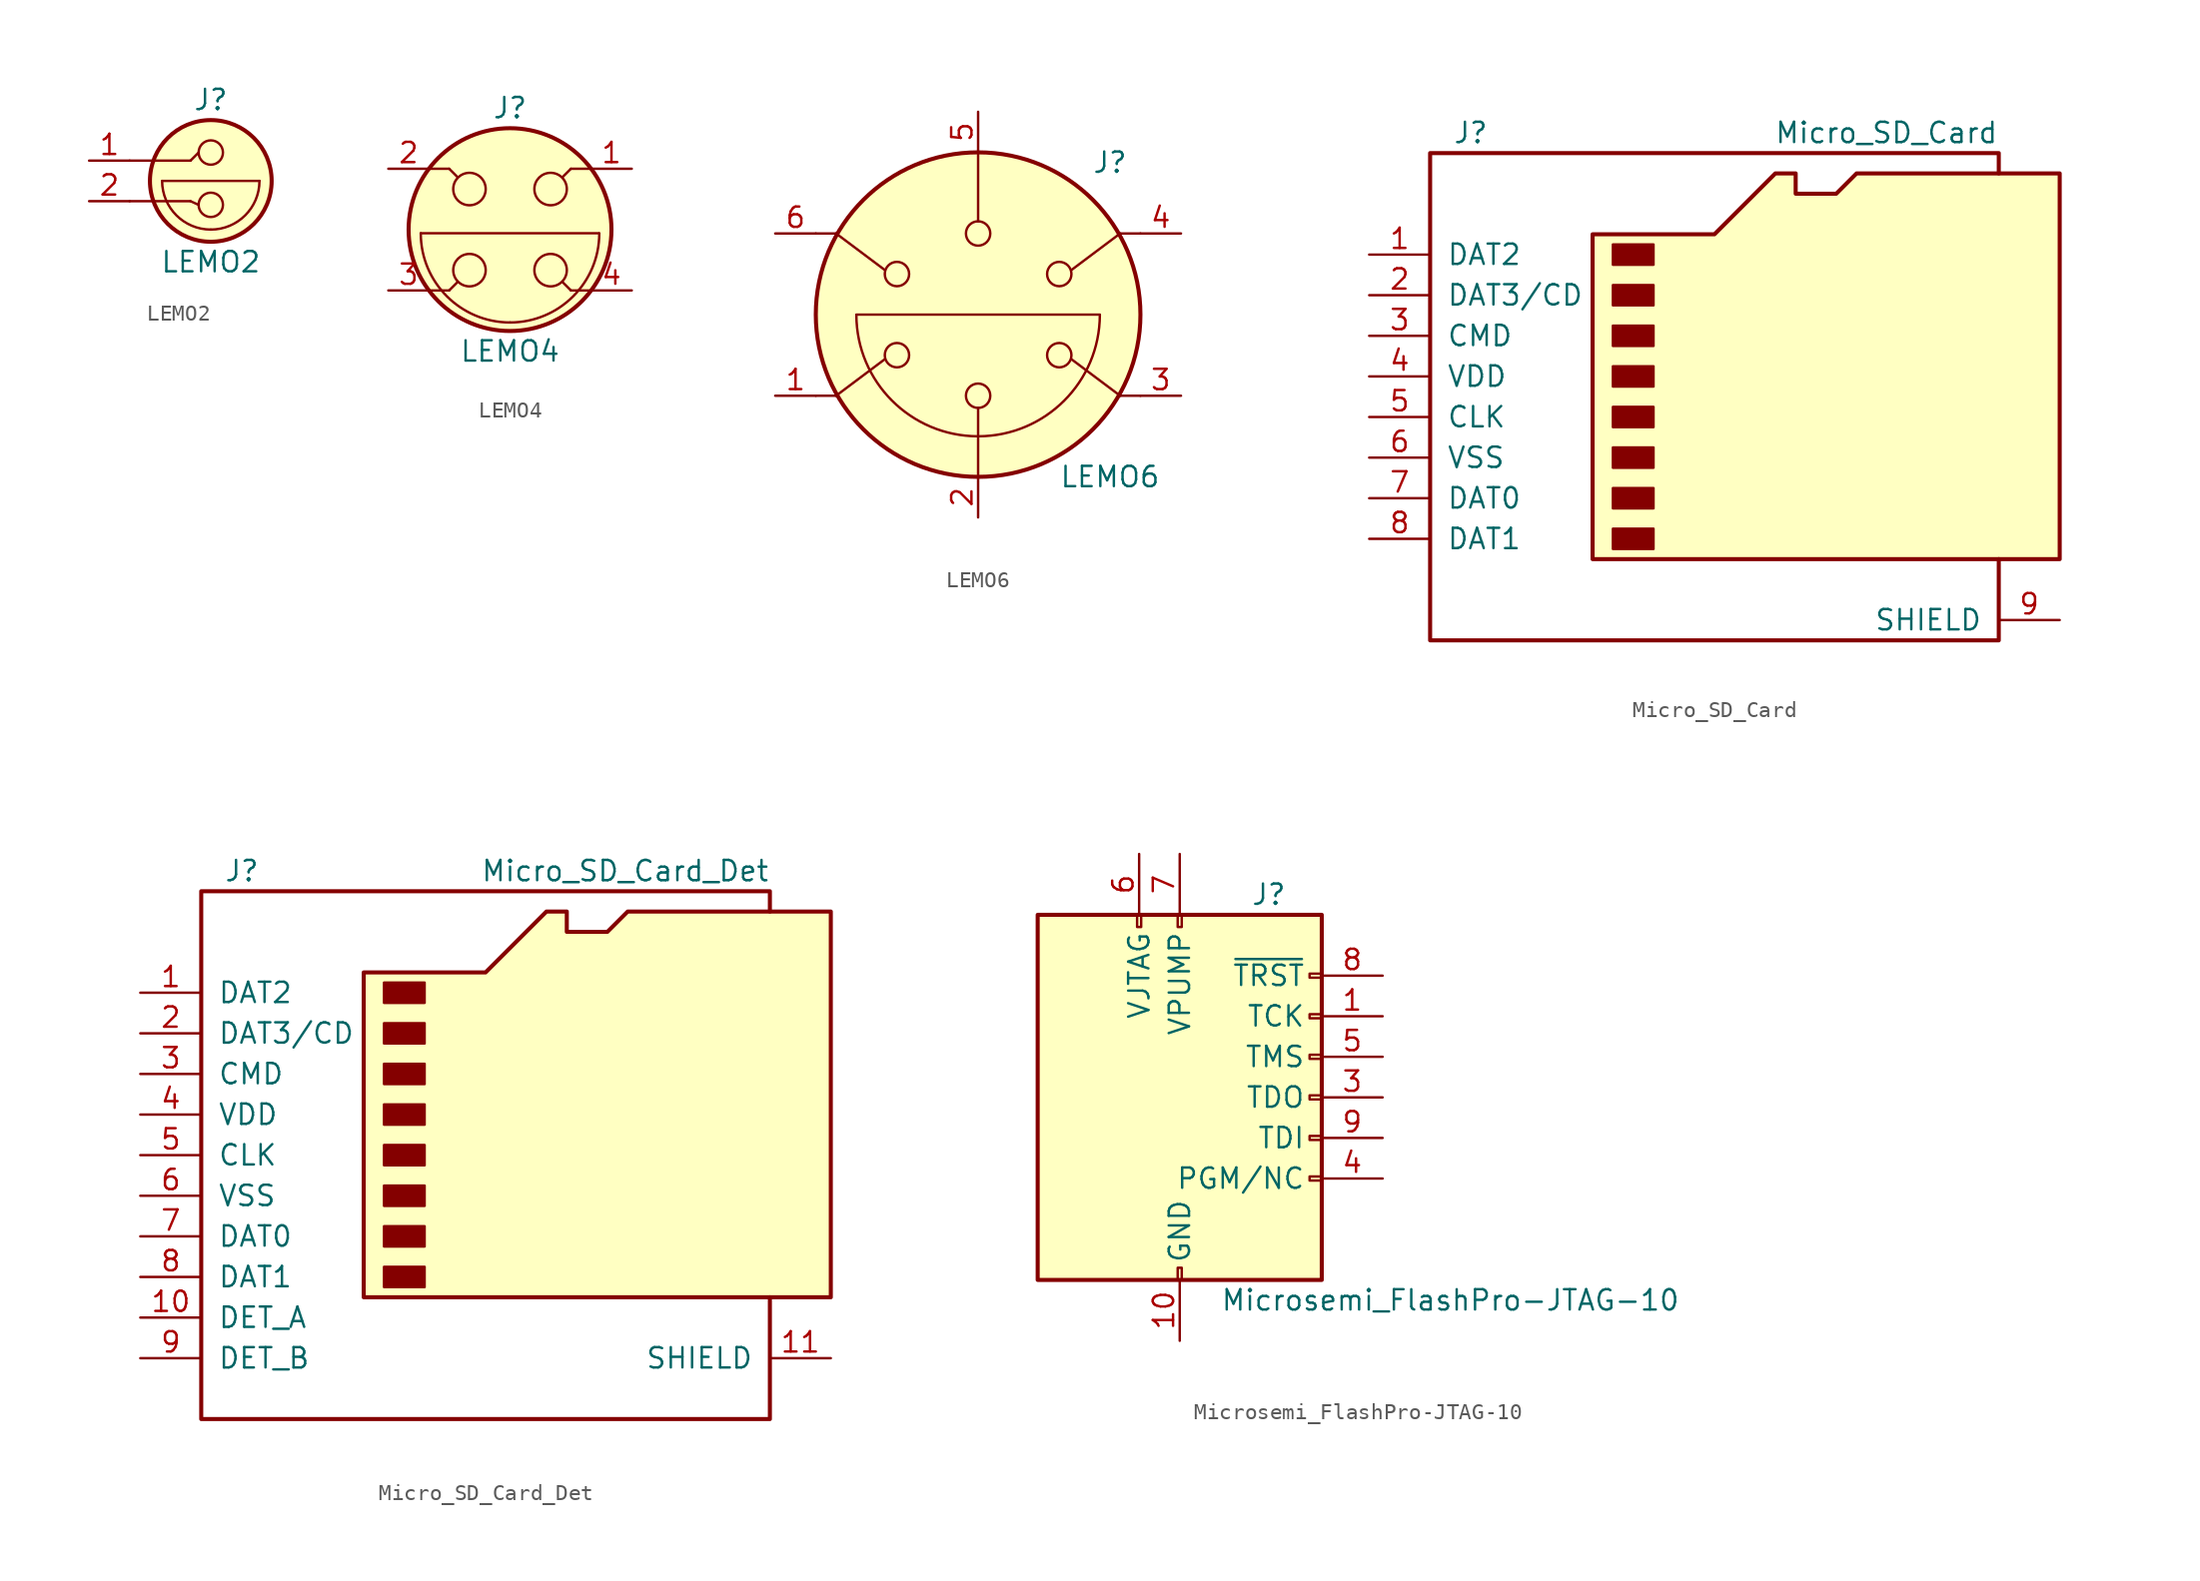
<source format=kicad_sym>
(kicad_symbol_lib
  (version 20201005)
  (generator kicad_symbol_editor)
  (symbol "Connector:LEMO2"
    (pin_names
      (offset 1.016) hide)
    (property "Reference" "J"
      (at 0 6.35 0)
      (effects (font (size 1.27 1.27))))
    (property "Value" "LEMO2"
      (at 0 -3.81 0)
      (effects (font (size 1.27 1.27))))
    (symbol "LEMO2_0_1"
      (arc (start -3.048 1.27) (end 0 -1.778) (radius (at 0 1.27) (length 3.048) (angles 179.9 -89.9)) (stroke (width 0)) (fill (type none)))
      (arc (start 3.048 1.27) (end 0 -1.778) (radius (at 0 1.27) (length 3.048) (angles -0.1 -89.9)) (stroke (width 0)) (fill (type none)))
      (circle (center 0 -0.229) (radius 0.762) (stroke (width 0)) (fill (type none)))
      (circle (center 0 1.27) (radius 3.81) (stroke (width 0.254)) (fill (type background)))
      (circle (center 0 3.048) (radius 0.762) (stroke (width 0)) (fill (type none)))
      (polyline (pts (xy -5.08 0) (xy -1.27 0)) (stroke (width 0)) (fill (type none)))
      (polyline (pts (xy -5.08 2.54) (xy -1.27 2.54)) (stroke (width 0)) (fill (type none)))
      (polyline (pts (xy -3.048 1.27) (xy 3.048 1.27)) (stroke (width 0)) (fill (type none)))
      (polyline (pts (xy -1.27 2.54) (xy -0.762 3.048)) (stroke (width 0)) (fill (type none)))
      (polyline (pts (xy -0.762 -0.229) (xy -1.27 0)) (stroke (width 0)) (fill (type none))))
    (symbol "LEMO2_1_1"
      (pin passive line (at -7.62 2.54 0) (length 2.54) (name "~" (effects (font (size 1.27 1.27)))) (number "1" (effects (font (size 1.27 1.27)))))
      (pin passive line (at -7.62 0 0) (length 2.54) (name "~" (effects (font (size 1.27 1.27)))) (number "2" (effects (font (size 1.27 1.27)))))))
  (symbol "Connector:LEMO4"
    (pin_names
      (offset 1.016) hide)
    (property "Reference" "J"
      (at 0 7.62 0)
      (effects (font (size 1.27 1.27))))
    (property "Value" "LEMO4"
      (at 0 -7.62 0)
      (effects (font (size 1.27 1.27))))
    (symbol "LEMO4_0_1"
      (arc (start -5.588 -0.2286) (end 0 -5.8166) (radius (at 0 -0.2286) (length 5.588) (angles 179.9 -89.9)) (stroke (width 0)) (fill (type none)))
      (arc (start 0 -5.8166) (end 5.588 -0.2286) (radius (at 0 -0.2286) (length 5.588) (angles -90.1 0.1)) (stroke (width 0)) (fill (type none)))
      (circle (center -2.54 -2.54) (radius 1.016) (stroke (width 0)) (fill (type none)))
      (circle (center -2.54 2.54) (radius 1.016) (stroke (width 0)) (fill (type none)))
      (circle (center 0 0) (radius 6.35) (stroke (width 0.254)) (fill (type background)))
      (circle (center 2.54 -2.54) (radius 1.016) (stroke (width 0)) (fill (type none)))
      (circle (center 2.54 2.54) (radius 1.016) (stroke (width 0)) (fill (type none)))
      (polyline (pts (xy -5.588 -0.229) (xy 5.563 -0.229)) (stroke (width 0)) (fill (type none)))
      (polyline (pts (xy -5.08 -3.81) (xy -3.81 -3.81)) (stroke (width 0)) (fill (type none)))
      (polyline (pts (xy -3.81 -3.81) (xy -3.302 -3.302)) (stroke (width 0)) (fill (type none)))
      (polyline (pts (xy -3.81 3.81) (xy -5.08 3.81)) (stroke (width 0)) (fill (type none)))
      (polyline (pts (xy -3.81 3.81) (xy -3.302 3.302)) (stroke (width 0)) (fill (type none)))
      (polyline (pts (xy 3.81 -3.81) (xy 3.302 -3.302)) (stroke (width 0)) (fill (type none)))
      (polyline (pts (xy 3.81 3.81) (xy 3.302 3.302)) (stroke (width 0)) (fill (type none)))
      (polyline (pts (xy 5.08 -3.81) (xy 3.81 -3.81)) (stroke (width 0)) (fill (type none)))
      (polyline (pts (xy 5.08 3.81) (xy 3.81 3.81)) (stroke (width 0)) (fill (type none))))
    (symbol "LEMO4_1_1"
      (pin passive line (at 7.62 3.81 180) (length 2.54) (name "~" (effects (font (size 1.27 1.27)))) (number "1" (effects (font (size 1.27 1.27)))))
      (pin passive line (at -7.62 3.81 0) (length 2.54) (name "~" (effects (font (size 1.27 1.27)))) (number "2" (effects (font (size 1.27 1.27)))))
      (pin passive line (at -7.62 -3.81 0) (length 2.54) (name "~" (effects (font (size 1.27 1.27)))) (number "3" (effects (font (size 1.27 1.27)))))
      (pin passive line (at 7.62 -3.81 180) (length 2.54) (name "~" (effects (font (size 1.27 1.27)))) (number "4" (effects (font (size 1.27 1.27)))))))
  (symbol "Connector:LEMO6"
    (pin_names
      (offset 1.016) hide)
    (property "Reference" "J"
      (at 8.255 9.525 0)
      (effects (font (size 1.27 1.27))))
    (property "Value" "LEMO6"
      (at 8.255 -10.16 0)
      (effects (font (size 1.27 1.27))))
    (symbol "LEMO6_0_1"
      (arc (start -0.0254 -7.62) (end -7.62 -0.0254) (radius (at 0 0) (length 7.62) (angles -90.1 -179.9)) (stroke (width 0)) (fill (type none)))
      (arc (start 7.62 -0.0254) (end 0.0254 -7.62) (radius (at 0 0) (length 7.62) (angles -0.1 -89.9)) (stroke (width 0)) (fill (type none)))
      (circle (center -5.08 -2.54) (radius 0.762) (stroke (width 0)) (fill (type none)))
      (circle (center -5.08 2.54) (radius 0.762) (stroke (width 0)) (fill (type none)))
      (circle (center 0 -5.08) (radius 0.762) (stroke (width 0)) (fill (type none)))
      (circle (center 0 0) (radius 10.16) (stroke (width 0.254)) (fill (type background)))
      (circle (center 0 5.08) (radius 0.762) (stroke (width 0)) (fill (type none)))
      (circle (center 5.08 -2.54) (radius 0.762) (stroke (width 0)) (fill (type none)))
      (circle (center 5.08 2.54) (radius 0.762) (stroke (width 0)) (fill (type none)))
      (polyline (pts (xy -10.16 5.08) (xy -8.89 5.08)) (stroke (width 0)) (fill (type none)))
      (polyline (pts (xy -8.89 -5.08) (xy -10.16 -5.08)) (stroke (width 0)) (fill (type none)))
      (polyline (pts (xy -8.89 -5.08) (xy -5.842 -2.794)) (stroke (width 0)) (fill (type none)))
      (polyline (pts (xy -8.89 5.08) (xy -5.842 2.794)) (stroke (width 0)) (fill (type none)))
      (polyline (pts (xy -7.62 0) (xy 7.62 0)) (stroke (width 0)) (fill (type none)))
      (polyline (pts (xy 0 -10.16) (xy 0 -5.842)) (stroke (width 0)) (fill (type none)))
      (polyline (pts (xy 0 10.16) (xy 0 5.842)) (stroke (width 0)) (fill (type none)))
      (polyline (pts (xy 8.89 -5.08) (xy 5.842 -2.794)) (stroke (width 0)) (fill (type none)))
      (polyline (pts (xy 8.89 -5.08) (xy 10.16 -5.08)) (stroke (width 0)) (fill (type none)))
      (polyline (pts (xy 8.89 5.08) (xy 5.842 2.794)) (stroke (width 0)) (fill (type none)))
      (polyline (pts (xy 10.16 5.08) (xy 8.89 5.08)) (stroke (width 0)) (fill (type none))))
    (symbol "LEMO6_1_1"
      (pin passive line (at -12.7 -5.08 0) (length 2.54) (name "~" (effects (font (size 1.27 1.27)))) (number "1" (effects (font (size 1.27 1.27)))))
      (pin passive line (at 0 -12.7 90) (length 2.54) (name "~" (effects (font (size 1.27 1.27)))) (number "2" (effects (font (size 1.27 1.27)))))
      (pin passive line (at 12.7 -5.08 180) (length 2.54) (name "~" (effects (font (size 1.27 1.27)))) (number "3" (effects (font (size 1.27 1.27)))))
      (pin passive line (at 12.7 5.08 180) (length 2.54) (name "~" (effects (font (size 1.27 1.27)))) (number "4" (effects (font (size 1.27 1.27)))))
      (pin passive line (at 0 12.7 270) (length 2.54) (name "~" (effects (font (size 1.27 1.27)))) (number "5" (effects (font (size 1.27 1.27)))))
      (pin passive line (at -12.7 5.08 0) (length 2.54) (name "~" (effects (font (size 1.27 1.27)))) (number "6" (effects (font (size 1.27 1.27)))))))
  (symbol "Connector:Micro_SD_Card"
    (pin_names
      (offset 1.016))
    (property "Reference" "J"
      (at -16.51 15.24 0)
      (effects (font (size 1.27 1.27))))
    (property "Value" "Micro_SD_Card"
      (at 16.51 15.24 0)
      (effects (font (size 1.27 1.27)) (justify right)))
    (symbol "Micro_SD_Card_0_1"
      (rectangle (start -7.62 -9.525) (end -5.08 -10.795) (stroke (width 0)) (fill (type outline)))
      (rectangle (start -7.62 -6.985) (end -5.08 -8.255) (stroke (width 0)) (fill (type outline)))
      (rectangle (start -7.62 -4.445) (end -5.08 -5.715) (stroke (width 0)) (fill (type outline)))
      (rectangle (start -7.62 -1.905) (end -5.08 -3.175) (stroke (width 0)) (fill (type outline)))
      (rectangle (start -7.62 0.635) (end -5.08 -0.635) (stroke (width 0)) (fill (type outline)))
      (rectangle (start -7.62 3.175) (end -5.08 1.905) (stroke (width 0)) (fill (type outline)))
      (rectangle (start -7.62 5.715) (end -5.08 4.445) (stroke (width 0)) (fill (type outline)))
      (rectangle (start -7.62 8.255) (end -5.08 6.985) (stroke (width 0)) (fill (type outline)))
      (polyline (pts (xy 16.51 12.7) (xy 16.51 13.97) (xy -19.05 13.97) (xy -19.05 -16.51) (xy 16.51 -16.51) (xy 16.51 -11.43)) (stroke (width 0.254)) (fill (type none)))
      (polyline (pts (xy -8.89 -11.43) (xy -8.89 8.89) (xy -1.27 8.89) (xy 2.54 12.7) (xy 3.81 12.7) (xy 3.81 11.43) (xy 6.35 11.43) (xy 7.62 12.7) (xy 20.32 12.7) (xy 20.32 -11.43) (xy -8.89 -11.43)) (stroke (width 0.254)) (fill (type background))))
    (symbol "Micro_SD_Card_1_1"
      (pin bidirectional line (at -22.86 7.62 0) (length 3.81) (name "DAT2" (effects (font (size 1.27 1.27)))) (number "1" (effects (font (size 1.27 1.27)))))
      (pin bidirectional line (at -22.86 5.08 0) (length 3.81) (name "DAT3/CD" (effects (font (size 1.27 1.27)))) (number "2" (effects (font (size 1.27 1.27)))))
      (pin input line (at -22.86 2.54 0) (length 3.81) (name "CMD" (effects (font (size 1.27 1.27)))) (number "3" (effects (font (size 1.27 1.27)))))
      (pin power_in line (at -22.86 0 0) (length 3.81) (name "VDD" (effects (font (size 1.27 1.27)))) (number "4" (effects (font (size 1.27 1.27)))))
      (pin input line (at -22.86 -2.54 0) (length 3.81) (name "CLK" (effects (font (size 1.27 1.27)))) (number "5" (effects (font (size 1.27 1.27)))))
      (pin power_in line (at -22.86 -5.08 0) (length 3.81) (name "VSS" (effects (font (size 1.27 1.27)))) (number "6" (effects (font (size 1.27 1.27)))))
      (pin bidirectional line (at -22.86 -7.62 0) (length 3.81) (name "DAT0" (effects (font (size 1.27 1.27)))) (number "7" (effects (font (size 1.27 1.27)))))
      (pin bidirectional line (at -22.86 -10.16 0) (length 3.81) (name "DAT1" (effects (font (size 1.27 1.27)))) (number "8" (effects (font (size 1.27 1.27)))))
      (pin passive line (at 20.32 -15.24 180) (length 3.81) (name "SHIELD" (effects (font (size 1.27 1.27)))) (number "9" (effects (font (size 1.27 1.27)))))))
  (symbol "Connector:Micro_SD_Card_Det"
    (pin_names
      (offset 1.016))
    (property "Reference" "J"
      (at -16.51 17.78 0)
      (effects (font (size 1.27 1.27))))
    (property "Value" "Micro_SD_Card_Det"
      (at 16.51 17.78 0)
      (effects (font (size 1.27 1.27)) (justify right)))
    (symbol "Micro_SD_Card_Det_0_1"
      (rectangle (start -7.62 -6.985) (end -5.08 -8.255) (stroke (width 0)) (fill (type outline)))
      (rectangle (start -7.62 -4.445) (end -5.08 -5.715) (stroke (width 0)) (fill (type outline)))
      (rectangle (start -7.62 -1.905) (end -5.08 -3.175) (stroke (width 0)) (fill (type outline)))
      (rectangle (start -7.62 0.635) (end -5.08 -0.635) (stroke (width 0)) (fill (type outline)))
      (rectangle (start -7.62 3.175) (end -5.08 1.905) (stroke (width 0)) (fill (type outline)))
      (rectangle (start -7.62 5.715) (end -5.08 4.445) (stroke (width 0)) (fill (type outline)))
      (rectangle (start -7.62 8.255) (end -5.08 6.985) (stroke (width 0)) (fill (type outline)))
      (rectangle (start -7.62 10.795) (end -5.08 9.525) (stroke (width 0)) (fill (type outline)))
      (polyline (pts (xy 16.51 15.24) (xy 16.51 16.51) (xy -19.05 16.51) (xy -19.05 -16.51) (xy 16.51 -16.51) (xy 16.51 -8.89)) (stroke (width 0.254)) (fill (type none)))
      (polyline (pts (xy -8.89 -8.89) (xy -8.89 11.43) (xy -1.27 11.43) (xy 2.54 15.24) (xy 3.81 15.24) (xy 3.81 13.97) (xy 6.35 13.97) (xy 7.62 15.24) (xy 20.32 15.24) (xy 20.32 -8.89) (xy -8.89 -8.89)) (stroke (width 0.254)) (fill (type background))))
    (symbol "Micro_SD_Card_Det_1_1"
      (pin bidirectional line (at -22.86 10.16 0) (length 3.81) (name "DAT2" (effects (font (size 1.27 1.27)))) (number "1" (effects (font (size 1.27 1.27)))))
      (pin passive line (at -22.86 -10.16 0) (length 3.81) (name "DET_A" (effects (font (size 1.27 1.27)))) (number "10" (effects (font (size 1.27 1.27)))))
      (pin passive line (at 20.32 -12.7 180) (length 3.81) (name "SHIELD" (effects (font (size 1.27 1.27)))) (number "11" (effects (font (size 1.27 1.27)))))
      (pin bidirectional line (at -22.86 7.62 0) (length 3.81) (name "DAT3/CD" (effects (font (size 1.27 1.27)))) (number "2" (effects (font (size 1.27 1.27)))))
      (pin input line (at -22.86 5.08 0) (length 3.81) (name "CMD" (effects (font (size 1.27 1.27)))) (number "3" (effects (font (size 1.27 1.27)))))
      (pin power_in line (at -22.86 2.54 0) (length 3.81) (name "VDD" (effects (font (size 1.27 1.27)))) (number "4" (effects (font (size 1.27 1.27)))))
      (pin input line (at -22.86 0 0) (length 3.81) (name "CLK" (effects (font (size 1.27 1.27)))) (number "5" (effects (font (size 1.27 1.27)))))
      (pin power_in line (at -22.86 -2.54 0) (length 3.81) (name "VSS" (effects (font (size 1.27 1.27)))) (number "6" (effects (font (size 1.27 1.27)))))
      (pin bidirectional line (at -22.86 -5.08 0) (length 3.81) (name "DAT0" (effects (font (size 1.27 1.27)))) (number "7" (effects (font (size 1.27 1.27)))))
      (pin bidirectional line (at -22.86 -7.62 0) (length 3.81) (name "DAT1" (effects (font (size 1.27 1.27)))) (number "8" (effects (font (size 1.27 1.27)))))
      (pin passive line (at -22.86 -12.7 0) (length 3.81) (name "DET_B" (effects (font (size 1.27 1.27)))) (number "9" (effects (font (size 1.27 1.27)))))))
  (symbol "Connector:Microsemi_FlashPro-JTAG-10"
    (pin_names
      (offset 1.016))
    (property "Reference" "J"
      (at 4.445 12.7 0)
      (effects (font (size 1.27 1.27)) (justify left)))
    (property "Value" "Microsemi_FlashPro-JTAG-10"
      (at 2.54 -12.7 0)
      (effects (font (size 1.27 1.27)) (justify left)))
    (symbol "Microsemi_FlashPro-JTAG-10_0_1"
      (rectangle (start -2.667 11.43) (end -2.413 10.668) (stroke (width 0)) (fill (type none)))
      (rectangle (start -0.127 -10.668) (end 0.127 -11.43) (stroke (width 0)) (fill (type none)))
      (rectangle (start -0.127 11.43) (end 0.127 10.668) (stroke (width 0)) (fill (type none)))
      (rectangle (start 8.89 -4.953) (end 8.128 -5.207) (stroke (width 0)) (fill (type none)))
      (rectangle (start 8.89 -2.413) (end 8.128 -2.667) (stroke (width 0)) (fill (type none)))
      (rectangle (start 8.89 0.127) (end 8.128 -0.127) (stroke (width 0)) (fill (type none)))
      (rectangle (start 8.89 2.667) (end 8.128 2.413) (stroke (width 0)) (fill (type none)))
      (rectangle (start 8.89 5.207) (end 8.128 4.953) (stroke (width 0)) (fill (type none)))
      (rectangle (start 8.89 7.747) (end 8.128 7.493) (stroke (width 0)) (fill (type none)))
      (rectangle (start 8.89 11.43) (end -8.89 -11.43) (stroke (width 0.254)) (fill (type background))))
    (symbol "Microsemi_FlashPro-JTAG-10_1_1"
      (pin passive line (at 12.7 5.08 180) (length 3.81) (name "TCK" (effects (font (size 1.27 1.27)))) (number "1" (effects (font (size 1.27 1.27)))))
      (pin power_in line (at 0 -15.24 90) (length 3.81) (name "GND" (effects (font (size 1.27 1.27)))) (number "10" (effects (font (size 1.27 1.27)))))
      (pin passive line (at 0 -15.24 90) (length 3.81) hide (name "GND" (effects (font (size 1.27 1.27)))) (number "2" (effects (font (size 1.27 1.27)))))
      (pin passive line (at 12.7 0 180) (length 3.81) (name "TDO" (effects (font (size 1.27 1.27)))) (number "3" (effects (font (size 1.27 1.27)))))
      (pin passive line (at 12.7 -5.08 180) (length 3.81) (name "PGM/NC" (effects (font (size 1.27 1.27)))) (number "4" (effects (font (size 1.27 1.27)))))
      (pin passive line (at 12.7 2.54 180) (length 3.81) (name "TMS" (effects (font (size 1.27 1.27)))) (number "5" (effects (font (size 1.27 1.27)))))
      (pin power_in line (at -2.54 15.24 270) (length 3.81) (name "VJTAG" (effects (font (size 1.27 1.27)))) (number "6" (effects (font (size 1.27 1.27)))))
      (pin power_out line (at 0 15.24 270) (length 3.81) (name "VPUMP" (effects (font (size 1.27 1.27)))) (number "7" (effects (font (size 1.27 1.27)))))
      (pin passive line (at 12.7 7.62 180) (length 3.81) (name "~TRST" (effects (font (size 1.27 1.27)))) (number "8" (effects (font (size 1.27 1.27)))))
      (pin passive line (at 12.7 -2.54 180) (length 3.81) (name "TDI" (effects (font (size 1.27 1.27)))) (number "9" (effects (font (size 1.27 1.27))))))))
</source>
